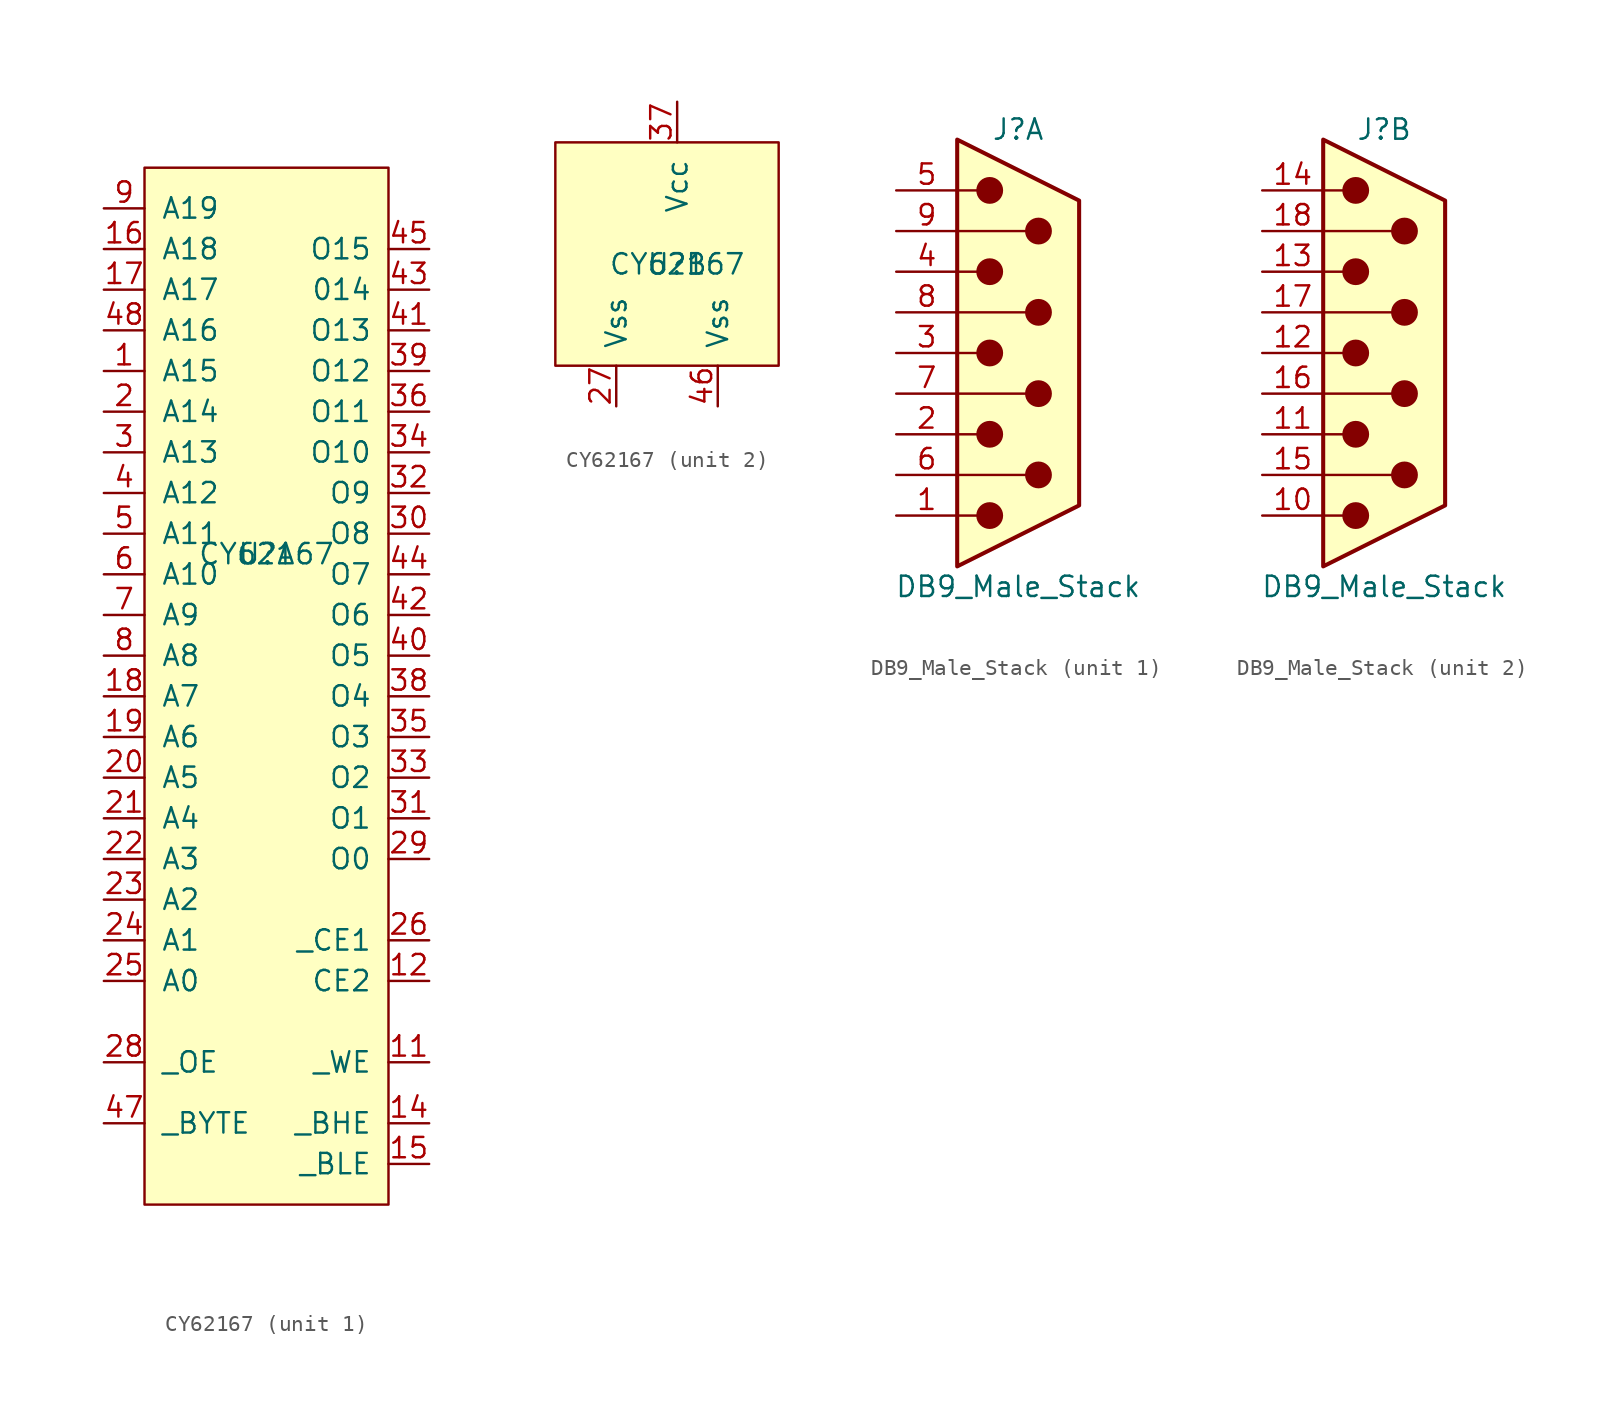
<source format=kicad_sym>
(kicad_symbol_lib
  (version 20220914)
  (generator kicad_symbol_editor)
  (symbol "CY62167"
    (pin_names
      (offset 1.016))
    (property "Reference" "U"
      (at 0 0 0)
      (effects (font (size 1.27 1.27))))
    (property "Value" "CY62167"
      (at 0 0 0)
      (effects (font (size 1.27 1.27))))
    (property "ki_locked" ""
      (at 0 0 0)
      (effects (font (size 1.27 1.27))))
    (symbol "CY62167_1_1"
      (rectangle (start -7.62 24.13) (end 7.62 -40.64) (stroke (width 0) (type solid)) (fill (type background)))
      (pin input line (at -10.16 11.43 0) (length 2.54) (name "A15" (effects (font (size 1.27 1.27)))) (number "1" (effects (font (size 1.27 1.27)))))
      (pin input line (at 10.16 -31.75 180) (length 2.54) (name "_WE" (effects (font (size 1.27 1.27)))) (number "11" (effects (font (size 1.27 1.27)))))
      (pin input line (at 10.16 -26.67 180) (length 2.54) (name "CE2" (effects (font (size 1.27 1.27)))) (number "12" (effects (font (size 1.27 1.27)))))
      (pin input line (at 10.16 -35.56 180) (length 2.54) (name "_BHE" (effects (font (size 1.27 1.27)))) (number "14" (effects (font (size 1.27 1.27)))))
      (pin input line (at 10.16 -38.1 180) (length 2.54) (name "_BLE" (effects (font (size 1.27 1.27)))) (number "15" (effects (font (size 1.27 1.27)))))
      (pin input line (at -10.16 19.05 0) (length 2.54) (name "A18" (effects (font (size 1.27 1.27)))) (number "16" (effects (font (size 1.27 1.27)))))
      (pin input line (at -10.16 16.51 0) (length 2.54) (name "A17" (effects (font (size 1.27 1.27)))) (number "17" (effects (font (size 1.27 1.27)))))
      (pin input line (at -10.16 -8.89 0) (length 2.54) (name "A7" (effects (font (size 1.27 1.27)))) (number "18" (effects (font (size 1.27 1.27)))))
      (pin input line (at -10.16 -11.43 0) (length 2.54) (name "A6" (effects (font (size 1.27 1.27)))) (number "19" (effects (font (size 1.27 1.27)))))
      (pin input line (at -10.16 8.89 0) (length 2.54) (name "A14" (effects (font (size 1.27 1.27)))) (number "2" (effects (font (size 1.27 1.27)))))
      (pin input line (at -10.16 -13.97 0) (length 2.54) (name "A5" (effects (font (size 1.27 1.27)))) (number "20" (effects (font (size 1.27 1.27)))))
      (pin input line (at -10.16 -16.51 0) (length 2.54) (name "A4" (effects (font (size 1.27 1.27)))) (number "21" (effects (font (size 1.27 1.27)))))
      (pin input line (at -10.16 -19.05 0) (length 2.54) (name "A3" (effects (font (size 1.27 1.27)))) (number "22" (effects (font (size 1.27 1.27)))))
      (pin input line (at -10.16 -21.59 0) (length 2.54) (name "A2" (effects (font (size 1.27 1.27)))) (number "23" (effects (font (size 1.27 1.27)))))
      (pin input line (at -10.16 -24.13 0) (length 2.54) (name "A1" (effects (font (size 1.27 1.27)))) (number "24" (effects (font (size 1.27 1.27)))))
      (pin input line (at -10.16 -26.67 0) (length 2.54) (name "A0" (effects (font (size 1.27 1.27)))) (number "25" (effects (font (size 1.27 1.27)))))
      (pin input line (at 10.16 -24.13 180) (length 2.54) (name "_CE1" (effects (font (size 1.27 1.27)))) (number "26" (effects (font (size 1.27 1.27)))))
      (pin input line (at -10.16 -31.75 0) (length 2.54) (name "_OE" (effects (font (size 1.27 1.27)))) (number "28" (effects (font (size 1.27 1.27)))))
      (pin input line (at 10.16 -19.05 180) (length 2.54) (name "O0" (effects (font (size 1.27 1.27)))) (number "29" (effects (font (size 1.27 1.27)))))
      (pin input line (at -10.16 6.35 0) (length 2.54) (name "A13" (effects (font (size 1.27 1.27)))) (number "3" (effects (font (size 1.27 1.27)))))
      (pin input line (at 10.16 1.27 180) (length 2.54) (name "O8" (effects (font (size 1.27 1.27)))) (number "30" (effects (font (size 1.27 1.27)))))
      (pin input line (at 10.16 -16.51 180) (length 2.54) (name "O1" (effects (font (size 1.27 1.27)))) (number "31" (effects (font (size 1.27 1.27)))))
      (pin input line (at 10.16 3.81 180) (length 2.54) (name "O9" (effects (font (size 1.27 1.27)))) (number "32" (effects (font (size 1.27 1.27)))))
      (pin input line (at 10.16 -13.97 180) (length 2.54) (name "O2" (effects (font (size 1.27 1.27)))) (number "33" (effects (font (size 1.27 1.27)))))
      (pin input line (at 10.16 6.35 180) (length 2.54) (name "O10" (effects (font (size 1.27 1.27)))) (number "34" (effects (font (size 1.27 1.27)))))
      (pin input line (at 10.16 -11.43 180) (length 2.54) (name "O3" (effects (font (size 1.27 1.27)))) (number "35" (effects (font (size 1.27 1.27)))))
      (pin input line (at 10.16 8.89 180) (length 2.54) (name "O11" (effects (font (size 1.27 1.27)))) (number "36" (effects (font (size 1.27 1.27)))))
      (pin input line (at 10.16 -8.89 180) (length 2.54) (name "O4" (effects (font (size 1.27 1.27)))) (number "38" (effects (font (size 1.27 1.27)))))
      (pin input line (at 10.16 11.43 180) (length 2.54) (name "O12" (effects (font (size 1.27 1.27)))) (number "39" (effects (font (size 1.27 1.27)))))
      (pin input line (at -10.16 3.81 0) (length 2.54) (name "A12" (effects (font (size 1.27 1.27)))) (number "4" (effects (font (size 1.27 1.27)))))
      (pin input line (at 10.16 -6.35 180) (length 2.54) (name "O5" (effects (font (size 1.27 1.27)))) (number "40" (effects (font (size 1.27 1.27)))))
      (pin input line (at 10.16 13.97 180) (length 2.54) (name "O13" (effects (font (size 1.27 1.27)))) (number "41" (effects (font (size 1.27 1.27)))))
      (pin input line (at 10.16 -3.81 180) (length 2.54) (name "O6" (effects (font (size 1.27 1.27)))) (number "42" (effects (font (size 1.27 1.27)))))
      (pin input line (at 10.16 16.51 180) (length 2.54) (name "014" (effects (font (size 1.27 1.27)))) (number "43" (effects (font (size 1.27 1.27)))))
      (pin input line (at 10.16 -1.27 180) (length 2.54) (name "O7" (effects (font (size 1.27 1.27)))) (number "44" (effects (font (size 1.27 1.27)))))
      (pin input line (at 10.16 19.05 180) (length 2.54) (name "O15" (effects (font (size 1.27 1.27)))) (number "45" (effects (font (size 1.27 1.27)))))
      (pin input line (at -10.16 -35.56 0) (length 2.54) (name "_BYTE" (effects (font (size 1.27 1.27)))) (number "47" (effects (font (size 1.27 1.27)))))
      (pin input line (at -10.16 13.97 0) (length 2.54) (name "A16" (effects (font (size 1.27 1.27)))) (number "48" (effects (font (size 1.27 1.27)))))
      (pin input line (at -10.16 1.27 0) (length 2.54) (name "A11" (effects (font (size 1.27 1.27)))) (number "5" (effects (font (size 1.27 1.27)))))
      (pin input line (at -10.16 -1.27 0) (length 2.54) (name "A10" (effects (font (size 1.27 1.27)))) (number "6" (effects (font (size 1.27 1.27)))))
      (pin input line (at -10.16 -3.81 0) (length 2.54) (name "A9" (effects (font (size 1.27 1.27)))) (number "7" (effects (font (size 1.27 1.27)))))
      (pin input line (at -10.16 -6.35 0) (length 2.54) (name "A8" (effects (font (size 1.27 1.27)))) (number "8" (effects (font (size 1.27 1.27)))))
      (pin input line (at -10.16 21.59 0) (length 2.54) (name "A19" (effects (font (size 1.27 1.27)))) (number "9" (effects (font (size 1.27 1.27))))))
    (symbol "CY62167_2_1"
      (rectangle (start -7.62 7.62) (end 6.35 -6.35) (stroke (width 0) (type solid)) (fill (type background)))
      (pin input line (at -3.81 -8.89 90) (length 2.54) (name "Vss" (effects (font (size 1.27 1.27)))) (number "27" (effects (font (size 1.27 1.27)))))
      (pin input line (at 0 10.16 270) (length 2.54) (name "Vcc" (effects (font (size 1.27 1.27)))) (number "37" (effects (font (size 1.27 1.27)))))
      (pin input line (at 2.54 -8.89 90) (length 2.54) (name "Vss" (effects (font (size 1.27 1.27)))) (number "46" (effects (font (size 1.27 1.27)))))))
  (symbol "DB9_Male_Stack"
    (pin_names
      (offset 1.016) hide)
    (property "Reference" "J"
      (at 0 13.97 0)
      (effects (font (size 1.27 1.27))))
    (property "Value" "DB9_Male_Stack"
      (at 0 -14.605 0)
      (effects (font (size 1.27 1.27))))
    (symbol "DB9_Male_Stack_0_1"
      (circle (center -1.778 -10.16) (radius 0.762) (stroke (width 0) (type solid)) (fill (type outline)))
      (circle (center -1.778 -5.08) (radius 0.762) (stroke (width 0) (type solid)) (fill (type outline)))
      (circle (center -1.778 0) (radius 0.762) (stroke (width 0) (type solid)) (fill (type outline)))
      (circle (center -1.778 5.08) (radius 0.762) (stroke (width 0) (type solid)) (fill (type outline)))
      (circle (center -1.778 10.16) (radius 0.762) (stroke (width 0) (type solid)) (fill (type outline)))
      (polyline (pts (xy -3.81 -10.16) (xy -2.54 -10.16)) (stroke (width 0) (type solid)) (fill (type none)))
      (polyline (pts (xy -3.81 -7.62) (xy 0.508 -7.62)) (stroke (width 0) (type solid)) (fill (type none)))
      (polyline (pts (xy -3.81 -5.08) (xy -2.54 -5.08)) (stroke (width 0) (type solid)) (fill (type none)))
      (polyline (pts (xy -3.81 -2.54) (xy 0.508 -2.54)) (stroke (width 0) (type solid)) (fill (type none)))
      (polyline (pts (xy -3.81 0) (xy -2.54 0)) (stroke (width 0) (type solid)) (fill (type none)))
      (polyline (pts (xy -3.81 2.54) (xy 0.508 2.54)) (stroke (width 0) (type solid)) (fill (type none)))
      (polyline (pts (xy -3.81 5.08) (xy -2.54 5.08)) (stroke (width 0) (type solid)) (fill (type none)))
      (polyline (pts (xy -3.81 7.62) (xy 0.508 7.62)) (stroke (width 0) (type solid)) (fill (type none)))
      (polyline (pts (xy -3.81 10.16) (xy -2.54 10.16)) (stroke (width 0) (type solid)) (fill (type none)))
      (polyline (pts (xy -3.81 -13.335) (xy -3.81 13.335) (xy 3.81 9.525) (xy 3.81 -9.525) (xy -3.81 -13.335)) (stroke (width 0.254) (type solid)) (fill (type background)))
      (circle (center 1.27 -7.62) (radius 0.762) (stroke (width 0) (type solid)) (fill (type outline)))
      (circle (center 1.27 -2.54) (radius 0.762) (stroke (width 0) (type solid)) (fill (type outline)))
      (circle (center 1.27 2.54) (radius 0.762) (stroke (width 0) (type solid)) (fill (type outline)))
      (circle (center 1.27 7.62) (radius 0.762) (stroke (width 0) (type solid)) (fill (type outline))))
    (symbol "DB9_Male_Stack_1_1"
      (pin passive line (at -7.62 -10.16 0) (length 3.81) (name "1" (effects (font (size 1.27 1.27)))) (number "1" (effects (font (size 1.27 1.27)))))
      (pin passive line (at -7.62 -5.08 0) (length 3.81) (name "2" (effects (font (size 1.27 1.27)))) (number "2" (effects (font (size 1.27 1.27)))))
      (pin passive line (at -7.62 0 0) (length 3.81) (name "3" (effects (font (size 1.27 1.27)))) (number "3" (effects (font (size 1.27 1.27)))))
      (pin passive line (at -7.62 5.08 0) (length 3.81) (name "4" (effects (font (size 1.27 1.27)))) (number "4" (effects (font (size 1.27 1.27)))))
      (pin passive line (at -7.62 10.16 0) (length 3.81) (name "5" (effects (font (size 1.27 1.27)))) (number "5" (effects (font (size 1.27 1.27)))))
      (pin passive line (at -7.62 -7.62 0) (length 3.81) (name "6" (effects (font (size 1.27 1.27)))) (number "6" (effects (font (size 1.27 1.27)))))
      (pin passive line (at -7.62 -2.54 0) (length 3.81) (name "7" (effects (font (size 1.27 1.27)))) (number "7" (effects (font (size 1.27 1.27)))))
      (pin passive line (at -7.62 2.54 0) (length 3.81) (name "8" (effects (font (size 1.27 1.27)))) (number "8" (effects (font (size 1.27 1.27)))))
      (pin passive line (at -7.62 7.62 0) (length 3.81) (name "9" (effects (font (size 1.27 1.27)))) (number "9" (effects (font (size 1.27 1.27))))))
    (symbol "DB9_Male_Stack_2_1"
      (pin passive line (at -7.62 -10.16 0) (length 3.81) (name "10" (effects (font (size 1.27 1.27)))) (number "10" (effects (font (size 1.27 1.27)))))
      (pin passive line (at -7.62 -5.08 0) (length 3.81) (name "11" (effects (font (size 1.27 1.27)))) (number "11" (effects (font (size 1.27 1.27)))))
      (pin passive line (at -7.62 0 0) (length 3.81) (name "12" (effects (font (size 1.27 1.27)))) (number "12" (effects (font (size 1.27 1.27)))))
      (pin passive line (at -7.62 5.08 0) (length 3.81) (name "13" (effects (font (size 1.27 1.27)))) (number "13" (effects (font (size 1.27 1.27)))))
      (pin passive line (at -7.62 10.16 0) (length 3.81) (name "14" (effects (font (size 1.27 1.27)))) (number "14" (effects (font (size 1.27 1.27)))))
      (pin passive line (at -7.62 -7.62 0) (length 3.81) (name "15" (effects (font (size 1.27 1.27)))) (number "15" (effects (font (size 1.27 1.27)))))
      (pin passive line (at -7.62 -2.54 0) (length 3.81) (name "16" (effects (font (size 1.27 1.27)))) (number "16" (effects (font (size 1.27 1.27)))))
      (pin passive line (at -7.62 2.54 0) (length 3.81) (name "17" (effects (font (size 1.27 1.27)))) (number "17" (effects (font (size 1.27 1.27)))))
      (pin passive line (at -7.62 7.62 0) (length 3.81) (name "18" (effects (font (size 1.27 1.27)))) (number "18" (effects (font (size 1.27 1.27))))))))
</source>
